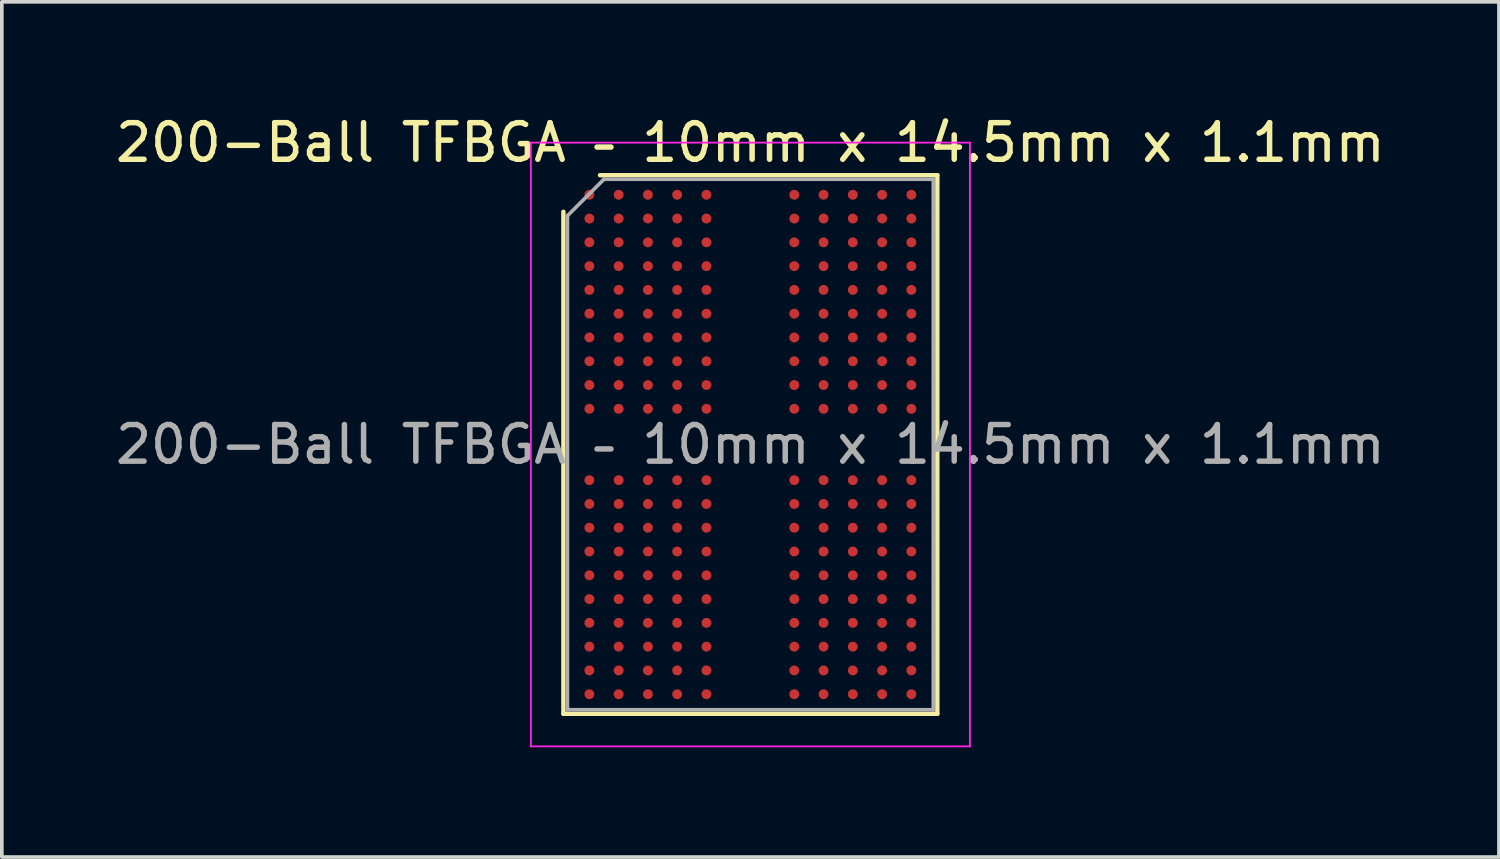
<source format=kicad_pcb>
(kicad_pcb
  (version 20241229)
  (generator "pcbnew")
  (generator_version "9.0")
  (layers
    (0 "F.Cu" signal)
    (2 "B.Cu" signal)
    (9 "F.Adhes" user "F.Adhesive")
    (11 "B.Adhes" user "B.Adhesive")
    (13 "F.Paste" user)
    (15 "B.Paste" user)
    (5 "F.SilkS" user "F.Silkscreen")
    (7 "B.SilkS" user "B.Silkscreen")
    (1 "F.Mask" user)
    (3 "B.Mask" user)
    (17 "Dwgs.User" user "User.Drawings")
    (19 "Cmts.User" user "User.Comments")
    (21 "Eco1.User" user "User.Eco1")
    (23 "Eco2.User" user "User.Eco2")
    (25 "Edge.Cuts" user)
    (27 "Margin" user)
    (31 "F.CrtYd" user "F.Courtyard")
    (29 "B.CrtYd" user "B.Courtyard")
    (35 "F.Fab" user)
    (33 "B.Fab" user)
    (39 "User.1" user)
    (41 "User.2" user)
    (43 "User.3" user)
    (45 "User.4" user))
  (footprint "200-Ball TFBGA – 10mm x 14.5mm x 1.1mm"
    (layer "F.Cu")
    (at 17.458 9.098)
    (property "Reference" "200-Ball TFBGA – 10mm x 14.5mm x 1.1mm" (at 0 -8.25 0) (layer "F.SilkS") (effects (font (size 1 1) (thickness 0.15))))
    (attr smd)
    (fp_line (start -5.11 7.36) (end -5.11 -6.36) (stroke (width 0.12) (type solid)) (layer "F.SilkS"))
    (fp_line (start -4.11 -7.36) (end 5.11 -7.36) (stroke (width 0.12) (type solid)) (layer "F.SilkS"))
    (fp_line (start 5.11 -7.36) (end 5.11 7.36) (stroke (width 0.12) (type solid)) (layer "F.SilkS"))
    (fp_line (start 5.11 7.36) (end -5.11 7.36) (stroke (width 0.12) (type solid)) (layer "F.SilkS"))
    (fp_line (start -6 -8.25) (end -6 8.25) (stroke (width 0.05) (type solid)) (layer "F.CrtYd"))
    (fp_line (start -6 8.25) (end 6 8.25) (stroke (width 0.05) (type solid)) (layer "F.CrtYd"))
    (fp_line (start 6 -8.25) (end -6 -8.25) (stroke (width 0.05) (type solid)) (layer "F.CrtYd"))
    (fp_line (start 6 8.25) (end 6 -8.25) (stroke (width 0.05) (type solid)) (layer "F.CrtYd"))
    (fp_line (start -5 -6.25) (end -4 -7.25) (stroke (width 0.1) (type solid)) (layer "F.Fab"))
    (fp_line (start -5 7.25) (end -5 -6.25) (stroke (width 0.1) (type solid)) (layer "F.Fab"))
    (fp_line (start -4 -7.25) (end 5 -7.25) (stroke (width 0.1) (type solid)) (layer "F.Fab"))
    (fp_line (start 5 -7.25) (end 5 7.25) (stroke (width 0.1) (type solid)) (layer "F.Fab"))
    (fp_line (start 5 7.25) (end -5 7.25) (stroke (width 0.1) (type solid)) (layer "F.Fab"))
    (fp_text user "${REFERENCE}" (at 0 0 0) (layer "F.Fab") (effects (font (size 1 1) (thickness 0.15))))
    (pad "A1" smd circle (at -4.4 -6.825) (size 0.27 0.27) (layers "F.Cu" "F.Mask" "F.Paste"))
    (pad "A2" smd circle (at -3.6 -6.825) (size 0.27 0.27) (layers "F.Cu" "F.Mask" "F.Paste"))
    (pad "A3" smd circle (at -2.8 -6.825) (size 0.27 0.27) (layers "F.Cu" "F.Mask" "F.Paste"))
    (pad "A4" smd circle (at -2 -6.825) (size 0.27 0.27) (layers "F.Cu" "F.Mask" "F.Paste"))
    (pad "A5" smd circle (at -1.2 -6.825) (size 0.27 0.27) (layers "F.Cu" "F.Mask" "F.Paste"))
    (pad "A8" smd circle (at 1.2 -6.825) (size 0.27 0.27) (layers "F.Cu" "F.Mask" "F.Paste"))
    (pad "A9" smd circle (at 2 -6.825) (size 0.27 0.27) (layers "F.Cu" "F.Mask" "F.Paste"))
    (pad "A10" smd circle (at 2.8 -6.825) (size 0.27 0.27) (layers "F.Cu" "F.Mask" "F.Paste"))
    (pad "A11" smd circle (at 3.6 -6.825) (size 0.27 0.27) (layers "F.Cu" "F.Mask" "F.Paste"))
    (pad "A12" smd circle (at 4.4 -6.825) (size 0.27 0.27) (layers "F.Cu" "F.Mask" "F.Paste"))
    (pad "AA1" smd circle (at -4.4 6.175) (size 0.27 0.27) (layers "F.Cu" "F.Mask" "F.Paste"))
    (pad "AA2" smd circle (at -3.6 6.175) (size 0.27 0.27) (layers "F.Cu" "F.Mask" "F.Paste"))
    (pad "AA3" smd circle (at -2.8 6.175) (size 0.27 0.27) (layers "F.Cu" "F.Mask" "F.Paste"))
    (pad "AA4" smd circle (at -2 6.175) (size 0.27 0.27) (layers "F.Cu" "F.Mask" "F.Paste"))
    (pad "AA5" smd circle (at -1.2 6.175) (size 0.27 0.27) (layers "F.Cu" "F.Mask" "F.Paste"))
    (pad "AA8" smd circle (at 1.2 6.175) (size 0.27 0.27) (layers "F.Cu" "F.Mask" "F.Paste"))
    (pad "AA9" smd circle (at 2 6.175) (size 0.27 0.27) (layers "F.Cu" "F.Mask" "F.Paste"))
    (pad "AA10" smd circle (at 2.8 6.175) (size 0.27 0.27) (layers "F.Cu" "F.Mask" "F.Paste"))
    (pad "AA11" smd circle (at 3.6 6.175) (size 0.27 0.27) (layers "F.Cu" "F.Mask" "F.Paste"))
    (pad "AA12" smd circle (at 4.4 6.175) (size 0.27 0.27) (layers "F.Cu" "F.Mask" "F.Paste"))
    (pad "AB1" smd circle (at -4.4 6.825) (size 0.27 0.27) (layers "F.Cu" "F.Mask" "F.Paste"))
    (pad "AB2" smd circle (at -3.6 6.825) (size 0.27 0.27) (layers "F.Cu" "F.Mask" "F.Paste"))
    (pad "AB3" smd circle (at -2.8 6.825) (size 0.27 0.27) (layers "F.Cu" "F.Mask" "F.Paste"))
    (pad "AB4" smd circle (at -2 6.825) (size 0.27 0.27) (layers "F.Cu" "F.Mask" "F.Paste"))
    (pad "AB5" smd circle (at -1.2 6.825) (size 0.27 0.27) (layers "F.Cu" "F.Mask" "F.Paste"))
    (pad "AB8" smd circle (at 1.2 6.825) (size 0.27 0.27) (layers "F.Cu" "F.Mask" "F.Paste"))
    (pad "AB9" smd circle (at 2 6.825) (size 0.27 0.27) (layers "F.Cu" "F.Mask" "F.Paste"))
    (pad "AB10" smd circle (at 2.8 6.825) (size 0.27 0.27) (layers "F.Cu" "F.Mask" "F.Paste"))
    (pad "AB11" smd circle (at 3.6 6.825) (size 0.27 0.27) (layers "F.Cu" "F.Mask" "F.Paste"))
    (pad "AB12" smd circle (at 4.4 6.825) (size 0.27 0.27) (layers "F.Cu" "F.Mask" "F.Paste"))
    (pad "B1" smd circle (at -4.4 -6.175) (size 0.27 0.27) (layers "F.Cu" "F.Mask" "F.Paste"))
    (pad "B2" smd circle (at -3.6 -6.175) (size 0.27 0.27) (layers "F.Cu" "F.Mask" "F.Paste"))
    (pad "B3" smd circle (at -2.8 -6.175) (size 0.27 0.27) (layers "F.Cu" "F.Mask" "F.Paste"))
    (pad "B4" smd circle (at -2 -6.175) (size 0.27 0.27) (layers "F.Cu" "F.Mask" "F.Paste"))
    (pad "B5" smd circle (at -1.2 -6.175) (size 0.27 0.27) (layers "F.Cu" "F.Mask" "F.Paste"))
    (pad "B8" smd circle (at 1.2 -6.175) (size 0.27 0.27) (layers "F.Cu" "F.Mask" "F.Paste"))
    (pad "B9" smd circle (at 2 -6.175) (size 0.27 0.27) (layers "F.Cu" "F.Mask" "F.Paste"))
    (pad "B10" smd circle (at 2.8 -6.175) (size 0.27 0.27) (layers "F.Cu" "F.Mask" "F.Paste"))
    (pad "B11" smd circle (at 3.6 -6.175) (size 0.27 0.27) (layers "F.Cu" "F.Mask" "F.Paste"))
    (pad "B12" smd circle (at 4.4 -6.175) (size 0.27 0.27) (layers "F.Cu" "F.Mask" "F.Paste"))
    (pad "C1" smd circle (at -4.4 -5.525) (size 0.27 0.27) (layers "F.Cu" "F.Mask" "F.Paste"))
    (pad "C2" smd circle (at -3.6 -5.525) (size 0.27 0.27) (layers "F.Cu" "F.Mask" "F.Paste"))
    (pad "C3" smd circle (at -2.8 -5.525) (size 0.27 0.27) (layers "F.Cu" "F.Mask" "F.Paste"))
    (pad "C4" smd circle (at -2 -5.525) (size 0.27 0.27) (layers "F.Cu" "F.Mask" "F.Paste"))
    (pad "C5" smd circle (at -1.2 -5.525) (size 0.27 0.27) (layers "F.Cu" "F.Mask" "F.Paste"))
    (pad "C8" smd circle (at 1.2 -5.525) (size 0.27 0.27) (layers "F.Cu" "F.Mask" "F.Paste"))
    (pad "C9" smd circle (at 2 -5.525) (size 0.27 0.27) (layers "F.Cu" "F.Mask" "F.Paste"))
    (pad "C10" smd circle (at 2.8 -5.525) (size 0.27 0.27) (layers "F.Cu" "F.Mask" "F.Paste"))
    (pad "C11" smd circle (at 3.6 -5.525) (size 0.27 0.27) (layers "F.Cu" "F.Mask" "F.Paste"))
    (pad "C12" smd circle (at 4.4 -5.525) (size 0.27 0.27) (layers "F.Cu" "F.Mask" "F.Paste"))
    (pad "D1" smd circle (at -4.4 -4.875) (size 0.27 0.27) (layers "F.Cu" "F.Mask" "F.Paste"))
    (pad "D2" smd circle (at -3.6 -4.875) (size 0.27 0.27) (layers "F.Cu" "F.Mask" "F.Paste"))
    (pad "D3" smd circle (at -2.8 -4.875) (size 0.27 0.27) (layers "F.Cu" "F.Mask" "F.Paste"))
    (pad "D4" smd circle (at -2 -4.875) (size 0.27 0.27) (layers "F.Cu" "F.Mask" "F.Paste"))
    (pad "D5" smd circle (at -1.2 -4.875) (size 0.27 0.27) (layers "F.Cu" "F.Mask" "F.Paste"))
    (pad "D8" smd circle (at 1.2 -4.875) (size 0.27 0.27) (layers "F.Cu" "F.Mask" "F.Paste"))
    (pad "D9" smd circle (at 2 -4.875) (size 0.27 0.27) (layers "F.Cu" "F.Mask" "F.Paste"))
    (pad "D10" smd circle (at 2.8 -4.875) (size 0.27 0.27) (layers "F.Cu" "F.Mask" "F.Paste"))
    (pad "D11" smd circle (at 3.6 -4.875) (size 0.27 0.27) (layers "F.Cu" "F.Mask" "F.Paste"))
    (pad "D12" smd circle (at 4.4 -4.875) (size 0.27 0.27) (layers "F.Cu" "F.Mask" "F.Paste"))
    (pad "E1" smd circle (at -4.4 -4.225) (size 0.27 0.27) (layers "F.Cu" "F.Mask" "F.Paste"))
    (pad "E2" smd circle (at -3.6 -4.225) (size 0.27 0.27) (layers "F.Cu" "F.Mask" "F.Paste"))
    (pad "E3" smd circle (at -2.8 -4.225) (size 0.27 0.27) (layers "F.Cu" "F.Mask" "F.Paste"))
    (pad "E4" smd circle (at -2 -4.225) (size 0.27 0.27) (layers "F.Cu" "F.Mask" "F.Paste"))
    (pad "E5" smd circle (at -1.2 -4.225) (size 0.27 0.27) (layers "F.Cu" "F.Mask" "F.Paste"))
    (pad "E8" smd circle (at 1.2 -4.225) (size 0.27 0.27) (layers "F.Cu" "F.Mask" "F.Paste"))
    (pad "E9" smd circle (at 2 -4.225) (size 0.27 0.27) (layers "F.Cu" "F.Mask" "F.Paste"))
    (pad "E10" smd circle (at 2.8 -4.225) (size 0.27 0.27) (layers "F.Cu" "F.Mask" "F.Paste"))
    (pad "E11" smd circle (at 3.6 -4.225) (size 0.27 0.27) (layers "F.Cu" "F.Mask" "F.Paste"))
    (pad "E12" smd circle (at 4.4 -4.225) (size 0.27 0.27) (layers "F.Cu" "F.Mask" "F.Paste"))
    (pad "F1" smd circle (at -4.4 -3.575) (size 0.27 0.27) (layers "F.Cu" "F.Mask" "F.Paste"))
    (pad "F2" smd circle (at -3.6 -3.575) (size 0.27 0.27) (layers "F.Cu" "F.Mask" "F.Paste"))
    (pad "F3" smd circle (at -2.8 -3.575) (size 0.27 0.27) (layers "F.Cu" "F.Mask" "F.Paste"))
    (pad "F4" smd circle (at -2 -3.575) (size 0.27 0.27) (layers "F.Cu" "F.Mask" "F.Paste"))
    (pad "F5" smd circle (at -1.2 -3.575) (size 0.27 0.27) (layers "F.Cu" "F.Mask" "F.Paste"))
    (pad "F8" smd circle (at 1.2 -3.575) (size 0.27 0.27) (layers "F.Cu" "F.Mask" "F.Paste"))
    (pad "F9" smd circle (at 2 -3.575) (size 0.27 0.27) (layers "F.Cu" "F.Mask" "F.Paste"))
    (pad "F10" smd circle (at 2.8 -3.575) (size 0.27 0.27) (layers "F.Cu" "F.Mask" "F.Paste"))
    (pad "F11" smd circle (at 3.6 -3.575) (size 0.27 0.27) (layers "F.Cu" "F.Mask" "F.Paste"))
    (pad "F12" smd circle (at 4.4 -3.575) (size 0.27 0.27) (layers "F.Cu" "F.Mask" "F.Paste"))
    (pad "G1" smd circle (at -4.4 -2.925) (size 0.27 0.27) (layers "F.Cu" "F.Mask" "F.Paste"))
    (pad "G2" smd circle (at -3.6 -2.925) (size 0.27 0.27) (layers "F.Cu" "F.Mask" "F.Paste"))
    (pad "G3" smd circle (at -2.8 -2.925) (size 0.27 0.27) (layers "F.Cu" "F.Mask" "F.Paste"))
    (pad "G4" smd circle (at -2 -2.925) (size 0.27 0.27) (layers "F.Cu" "F.Mask" "F.Paste"))
    (pad "G5" smd circle (at -1.2 -2.925) (size 0.27 0.27) (layers "F.Cu" "F.Mask" "F.Paste"))
    (pad "G8" smd circle (at 1.2 -2.925) (size 0.27 0.27) (layers "F.Cu" "F.Mask" "F.Paste"))
    (pad "G9" smd circle (at 2 -2.925) (size 0.27 0.27) (layers "F.Cu" "F.Mask" "F.Paste"))
    (pad "G10" smd circle (at 2.8 -2.925) (size 0.27 0.27) (layers "F.Cu" "F.Mask" "F.Paste"))
    (pad "G11" smd circle (at 3.6 -2.925) (size 0.27 0.27) (layers "F.Cu" "F.Mask" "F.Paste"))
    (pad "G12" smd circle (at 4.4 -2.925) (size 0.27 0.27) (layers "F.Cu" "F.Mask" "F.Paste"))
    (pad "H1" smd circle (at -4.4 -2.275) (size 0.27 0.27) (layers "F.Cu" "F.Mask" "F.Paste"))
    (pad "H2" smd circle (at -3.6 -2.275) (size 0.27 0.27) (layers "F.Cu" "F.Mask" "F.Paste"))
    (pad "H3" smd circle (at -2.8 -2.275) (size 0.27 0.27) (layers "F.Cu" "F.Mask" "F.Paste"))
    (pad "H4" smd circle (at -2 -2.275) (size 0.27 0.27) (layers "F.Cu" "F.Mask" "F.Paste"))
    (pad "H5" smd circle (at -1.2 -2.275) (size 0.27 0.27) (layers "F.Cu" "F.Mask" "F.Paste"))
    (pad "H8" smd circle (at 1.2 -2.275) (size 0.27 0.27) (layers "F.Cu" "F.Mask" "F.Paste"))
    (pad "H9" smd circle (at 2 -2.275) (size 0.27 0.27) (layers "F.Cu" "F.Mask" "F.Paste"))
    (pad "H10" smd circle (at 2.8 -2.275) (size 0.27 0.27) (layers "F.Cu" "F.Mask" "F.Paste"))
    (pad "H11" smd circle (at 3.6 -2.275) (size 0.27 0.27) (layers "F.Cu" "F.Mask" "F.Paste"))
    (pad "H12" smd circle (at 4.4 -2.275) (size 0.27 0.27) (layers "F.Cu" "F.Mask" "F.Paste"))
    (pad "J1" smd circle (at -4.4 -1.625) (size 0.27 0.27) (layers "F.Cu" "F.Mask" "F.Paste"))
    (pad "J2" smd circle (at -3.6 -1.625) (size 0.27 0.27) (layers "F.Cu" "F.Mask" "F.Paste"))
    (pad "J3" smd circle (at -2.8 -1.625) (size 0.27 0.27) (layers "F.Cu" "F.Mask" "F.Paste"))
    (pad "J4" smd circle (at -2 -1.625) (size 0.27 0.27) (layers "F.Cu" "F.Mask" "F.Paste"))
    (pad "J5" smd circle (at -1.2 -1.625) (size 0.27 0.27) (layers "F.Cu" "F.Mask" "F.Paste"))
    (pad "J8" smd circle (at 1.2 -1.625) (size 0.27 0.27) (layers "F.Cu" "F.Mask" "F.Paste"))
    (pad "J9" smd circle (at 2 -1.625) (size 0.27 0.27) (layers "F.Cu" "F.Mask" "F.Paste"))
    (pad "J10" smd circle (at 2.8 -1.625) (size 0.27 0.27) (layers "F.Cu" "F.Mask" "F.Paste"))
    (pad "J11" smd circle (at 3.6 -1.625) (size 0.27 0.27) (layers "F.Cu" "F.Mask" "F.Paste"))
    (pad "J12" smd circle (at 4.4 -1.625) (size 0.27 0.27) (layers "F.Cu" "F.Mask" "F.Paste"))
    (pad "K1" smd circle (at -4.4 -0.975) (size 0.27 0.27) (layers "F.Cu" "F.Mask" "F.Paste"))
    (pad "K2" smd circle (at -3.6 -0.975) (size 0.27 0.27) (layers "F.Cu" "F.Mask" "F.Paste"))
    (pad "K3" smd circle (at -2.8 -0.975) (size 0.27 0.27) (layers "F.Cu" "F.Mask" "F.Paste"))
    (pad "K4" smd circle (at -2 -0.975) (size 0.27 0.27) (layers "F.Cu" "F.Mask" "F.Paste"))
    (pad "K5" smd circle (at -1.2 -0.975) (size 0.27 0.27) (layers "F.Cu" "F.Mask" "F.Paste"))
    (pad "K8" smd circle (at 1.2 -0.975) (size 0.27 0.27) (layers "F.Cu" "F.Mask" "F.Paste"))
    (pad "K9" smd circle (at 2 -0.975) (size 0.27 0.27) (layers "F.Cu" "F.Mask" "F.Paste"))
    (pad "K10" smd circle (at 2.8 -0.975) (size 0.27 0.27) (layers "F.Cu" "F.Mask" "F.Paste"))
    (pad "K11" smd circle (at 3.6 -0.975) (size 0.27 0.27) (layers "F.Cu" "F.Mask" "F.Paste"))
    (pad "K12" smd circle (at 4.4 -0.975) (size 0.27 0.27) (layers "F.Cu" "F.Mask" "F.Paste"))
    (pad "N1" smd circle (at -4.4 0.975) (size 0.27 0.27) (layers "F.Cu" "F.Mask" "F.Paste"))
    (pad "N2" smd circle (at -3.6 0.975) (size 0.27 0.27) (layers "F.Cu" "F.Mask" "F.Paste"))
    (pad "N3" smd circle (at -2.8 0.975) (size 0.27 0.27) (layers "F.Cu" "F.Mask" "F.Paste"))
    (pad "N4" smd circle (at -2 0.975) (size 0.27 0.27) (layers "F.Cu" "F.Mask" "F.Paste"))
    (pad "N5" smd circle (at -1.2 0.975) (size 0.27 0.27) (layers "F.Cu" "F.Mask" "F.Paste"))
    (pad "N8" smd circle (at 1.2 0.975) (size 0.27 0.27) (layers "F.Cu" "F.Mask" "F.Paste"))
    (pad "N9" smd circle (at 2 0.975) (size 0.27 0.27) (layers "F.Cu" "F.Mask" "F.Paste"))
    (pad "N10" smd circle (at 2.8 0.975) (size 0.27 0.27) (layers "F.Cu" "F.Mask" "F.Paste"))
    (pad "N11" smd circle (at 3.6 0.975) (size 0.27 0.27) (layers "F.Cu" "F.Mask" "F.Paste"))
    (pad "N12" smd circle (at 4.4 0.975) (size 0.27 0.27) (layers "F.Cu" "F.Mask" "F.Paste"))
    (pad "P1" smd circle (at -4.4 1.625) (size 0.27 0.27) (layers "F.Cu" "F.Mask" "F.Paste"))
    (pad "P2" smd circle (at -3.6 1.625) (size 0.27 0.27) (layers "F.Cu" "F.Mask" "F.Paste"))
    (pad "P3" smd circle (at -2.8 1.625) (size 0.27 0.27) (layers "F.Cu" "F.Mask" "F.Paste"))
    (pad "P4" smd circle (at -2 1.625) (size 0.27 0.27) (layers "F.Cu" "F.Mask" "F.Paste"))
    (pad "P5" smd circle (at -1.2 1.625) (size 0.27 0.27) (layers "F.Cu" "F.Mask" "F.Paste"))
    (pad "P8" smd circle (at 1.2 1.625) (size 0.27 0.27) (layers "F.Cu" "F.Mask" "F.Paste"))
    (pad "P9" smd circle (at 2 1.625) (size 0.27 0.27) (layers "F.Cu" "F.Mask" "F.Paste"))
    (pad "P10" smd circle (at 2.8 1.625) (size 0.27 0.27) (layers "F.Cu" "F.Mask" "F.Paste"))
    (pad "P11" smd circle (at 3.6 1.625) (size 0.27 0.27) (layers "F.Cu" "F.Mask" "F.Paste"))
    (pad "P12" smd circle (at 4.4 1.625) (size 0.27 0.27) (layers "F.Cu" "F.Mask" "F.Paste"))
    (pad "R1" smd circle (at -4.4 2.275) (size 0.27 0.27) (layers "F.Cu" "F.Mask" "F.Paste"))
    (pad "R2" smd circle (at -3.6 2.275) (size 0.27 0.27) (layers "F.Cu" "F.Mask" "F.Paste"))
    (pad "R3" smd circle (at -2.8 2.275) (size 0.27 0.27) (layers "F.Cu" "F.Mask" "F.Paste"))
    (pad "R4" smd circle (at -2 2.275) (size 0.27 0.27) (layers "F.Cu" "F.Mask" "F.Paste"))
    (pad "R5" smd circle (at -1.2 2.275) (size 0.27 0.27) (layers "F.Cu" "F.Mask" "F.Paste"))
    (pad "R8" smd circle (at 1.2 2.275) (size 0.27 0.27) (layers "F.Cu" "F.Mask" "F.Paste"))
    (pad "R9" smd circle (at 2 2.275) (size 0.27 0.27) (layers "F.Cu" "F.Mask" "F.Paste"))
    (pad "R10" smd circle (at 2.8 2.275) (size 0.27 0.27) (layers "F.Cu" "F.Mask" "F.Paste"))
    (pad "R11" smd circle (at 3.6 2.275) (size 0.27 0.27) (layers "F.Cu" "F.Mask" "F.Paste"))
    (pad "R12" smd circle (at 4.4 2.275) (size 0.27 0.27) (layers "F.Cu" "F.Mask" "F.Paste"))
    (pad "T1" smd circle (at -4.4 2.925) (size 0.27 0.27) (layers "F.Cu" "F.Mask" "F.Paste"))
    (pad "T2" smd circle (at -3.6 2.925) (size 0.27 0.27) (layers "F.Cu" "F.Mask" "F.Paste"))
    (pad "T3" smd circle (at -2.8 2.925) (size 0.27 0.27) (layers "F.Cu" "F.Mask" "F.Paste"))
    (pad "T4" smd circle (at -2 2.925) (size 0.27 0.27) (layers "F.Cu" "F.Mask" "F.Paste"))
    (pad "T5" smd circle (at -1.2 2.925) (size 0.27 0.27) (layers "F.Cu" "F.Mask" "F.Paste"))
    (pad "T8" smd circle (at 1.2 2.925) (size 0.27 0.27) (layers "F.Cu" "F.Mask" "F.Paste"))
    (pad "T9" smd circle (at 2 2.925) (size 0.27 0.27) (layers "F.Cu" "F.Mask" "F.Paste"))
    (pad "T10" smd circle (at 2.8 2.925) (size 0.27 0.27) (layers "F.Cu" "F.Mask" "F.Paste"))
    (pad "T11" smd circle (at 3.6 2.925) (size 0.27 0.27) (layers "F.Cu" "F.Mask" "F.Paste"))
    (pad "T12" smd circle (at 4.4 2.925) (size 0.27 0.27) (layers "F.Cu" "F.Mask" "F.Paste"))
    (pad "U1" smd circle (at -4.4 3.575) (size 0.27 0.27) (layers "F.Cu" "F.Mask" "F.Paste"))
    (pad "U2" smd circle (at -3.6 3.575) (size 0.27 0.27) (layers "F.Cu" "F.Mask" "F.Paste"))
    (pad "U3" smd circle (at -2.8 3.575) (size 0.27 0.27) (layers "F.Cu" "F.Mask" "F.Paste"))
    (pad "U4" smd circle (at -2 3.575) (size 0.27 0.27) (layers "F.Cu" "F.Mask" "F.Paste"))
    (pad "U5" smd circle (at -1.2 3.575) (size 0.27 0.27) (layers "F.Cu" "F.Mask" "F.Paste"))
    (pad "U8" smd circle (at 1.2 3.575) (size 0.27 0.27) (layers "F.Cu" "F.Mask" "F.Paste"))
    (pad "U9" smd circle (at 2 3.575) (size 0.27 0.27) (layers "F.Cu" "F.Mask" "F.Paste"))
    (pad "U10" smd circle (at 2.8 3.575) (size 0.27 0.27) (layers "F.Cu" "F.Mask" "F.Paste"))
    (pad "U11" smd circle (at 3.6 3.575) (size 0.27 0.27) (layers "F.Cu" "F.Mask" "F.Paste"))
    (pad "U12" smd circle (at 4.4 3.575) (size 0.27 0.27) (layers "F.Cu" "F.Mask" "F.Paste"))
    (pad "V1" smd circle (at -4.4 4.225) (size 0.27 0.27) (layers "F.Cu" "F.Mask" "F.Paste"))
    (pad "V2" smd circle (at -3.6 4.225) (size 0.27 0.27) (layers "F.Cu" "F.Mask" "F.Paste"))
    (pad "V3" smd circle (at -2.8 4.225) (size 0.27 0.27) (layers "F.Cu" "F.Mask" "F.Paste"))
    (pad "V4" smd circle (at -2 4.225) (size 0.27 0.27) (layers "F.Cu" "F.Mask" "F.Paste"))
    (pad "V5" smd circle (at -1.2 4.225) (size 0.27 0.27) (layers "F.Cu" "F.Mask" "F.Paste"))
    (pad "V8" smd circle (at 1.2 4.225) (size 0.27 0.27) (layers "F.Cu" "F.Mask" "F.Paste"))
    (pad "V9" smd circle (at 2 4.225) (size 0.27 0.27) (layers "F.Cu" "F.Mask" "F.Paste"))
    (pad "V10" smd circle (at 2.8 4.225) (size 0.27 0.27) (layers "F.Cu" "F.Mask" "F.Paste"))
    (pad "V11" smd circle (at 3.6 4.225) (size 0.27 0.27) (layers "F.Cu" "F.Mask" "F.Paste"))
    (pad "V12" smd circle (at 4.4 4.225) (size 0.27 0.27) (layers "F.Cu" "F.Mask" "F.Paste"))
    (pad "W1" smd circle (at -4.4 4.875) (size 0.27 0.27) (layers "F.Cu" "F.Mask" "F.Paste"))
    (pad "W2" smd circle (at -3.6 4.875) (size 0.27 0.27) (layers "F.Cu" "F.Mask" "F.Paste"))
    (pad "W3" smd circle (at -2.8 4.875) (size 0.27 0.27) (layers "F.Cu" "F.Mask" "F.Paste"))
    (pad "W4" smd circle (at -2 4.875) (size 0.27 0.27) (layers "F.Cu" "F.Mask" "F.Paste"))
    (pad "W5" smd circle (at -1.2 4.875) (size 0.27 0.27) (layers "F.Cu" "F.Mask" "F.Paste"))
    (pad "W8" smd circle (at 1.2 4.875) (size 0.27 0.27) (layers "F.Cu" "F.Mask" "F.Paste"))
    (pad "W9" smd circle (at 2 4.875) (size 0.27 0.27) (layers "F.Cu" "F.Mask" "F.Paste"))
    (pad "W10" smd circle (at 2.8 4.875) (size 0.27 0.27) (layers "F.Cu" "F.Mask" "F.Paste"))
    (pad "W11" smd circle (at 3.6 4.875) (size 0.27 0.27) (layers "F.Cu" "F.Mask" "F.Paste"))
    (pad "W12" smd circle (at 4.4 4.875) (size 0.27 0.27) (layers "F.Cu" "F.Mask" "F.Paste"))
    (pad "Y1" smd circle (at -4.4 5.525) (size 0.27 0.27) (layers "F.Cu" "F.Mask" "F.Paste"))
    (pad "Y2" smd circle (at -3.6 5.525) (size 0.27 0.27) (layers "F.Cu" "F.Mask" "F.Paste"))
    (pad "Y3" smd circle (at -2.8 5.525) (size 0.27 0.27) (layers "F.Cu" "F.Mask" "F.Paste"))
    (pad "Y4" smd circle (at -2 5.525) (size 0.27 0.27) (layers "F.Cu" "F.Mask" "F.Paste"))
    (pad "Y5" smd circle (at -1.2 5.525) (size 0.27 0.27) (layers "F.Cu" "F.Mask" "F.Paste"))
    (pad "Y8" smd circle (at 1.2 5.525) (size 0.27 0.27) (layers "F.Cu" "F.Mask" "F.Paste"))
    (pad "Y9" smd circle (at 2 5.525) (size 0.27 0.27) (layers "F.Cu" "F.Mask" "F.Paste"))
    (pad "Y10" smd circle (at 2.8 5.525) (size 0.27 0.27) (layers "F.Cu" "F.Mask" "F.Paste"))
    (pad "Y11" smd circle (at 3.6 5.525) (size 0.27 0.27) (layers "F.Cu" "F.Mask" "F.Paste"))
    (pad "Y12" smd circle (at 4.4 5.525) (size 0.27 0.27) (layers "F.Cu" "F.Mask" "F.Paste")))
  (gr_rect
    (start -3 -3)
    (end 37.917 20.373)
    (stroke (width 0.1) (type default))
    (fill no)
    (layer "Edge.Cuts")))
</source>
